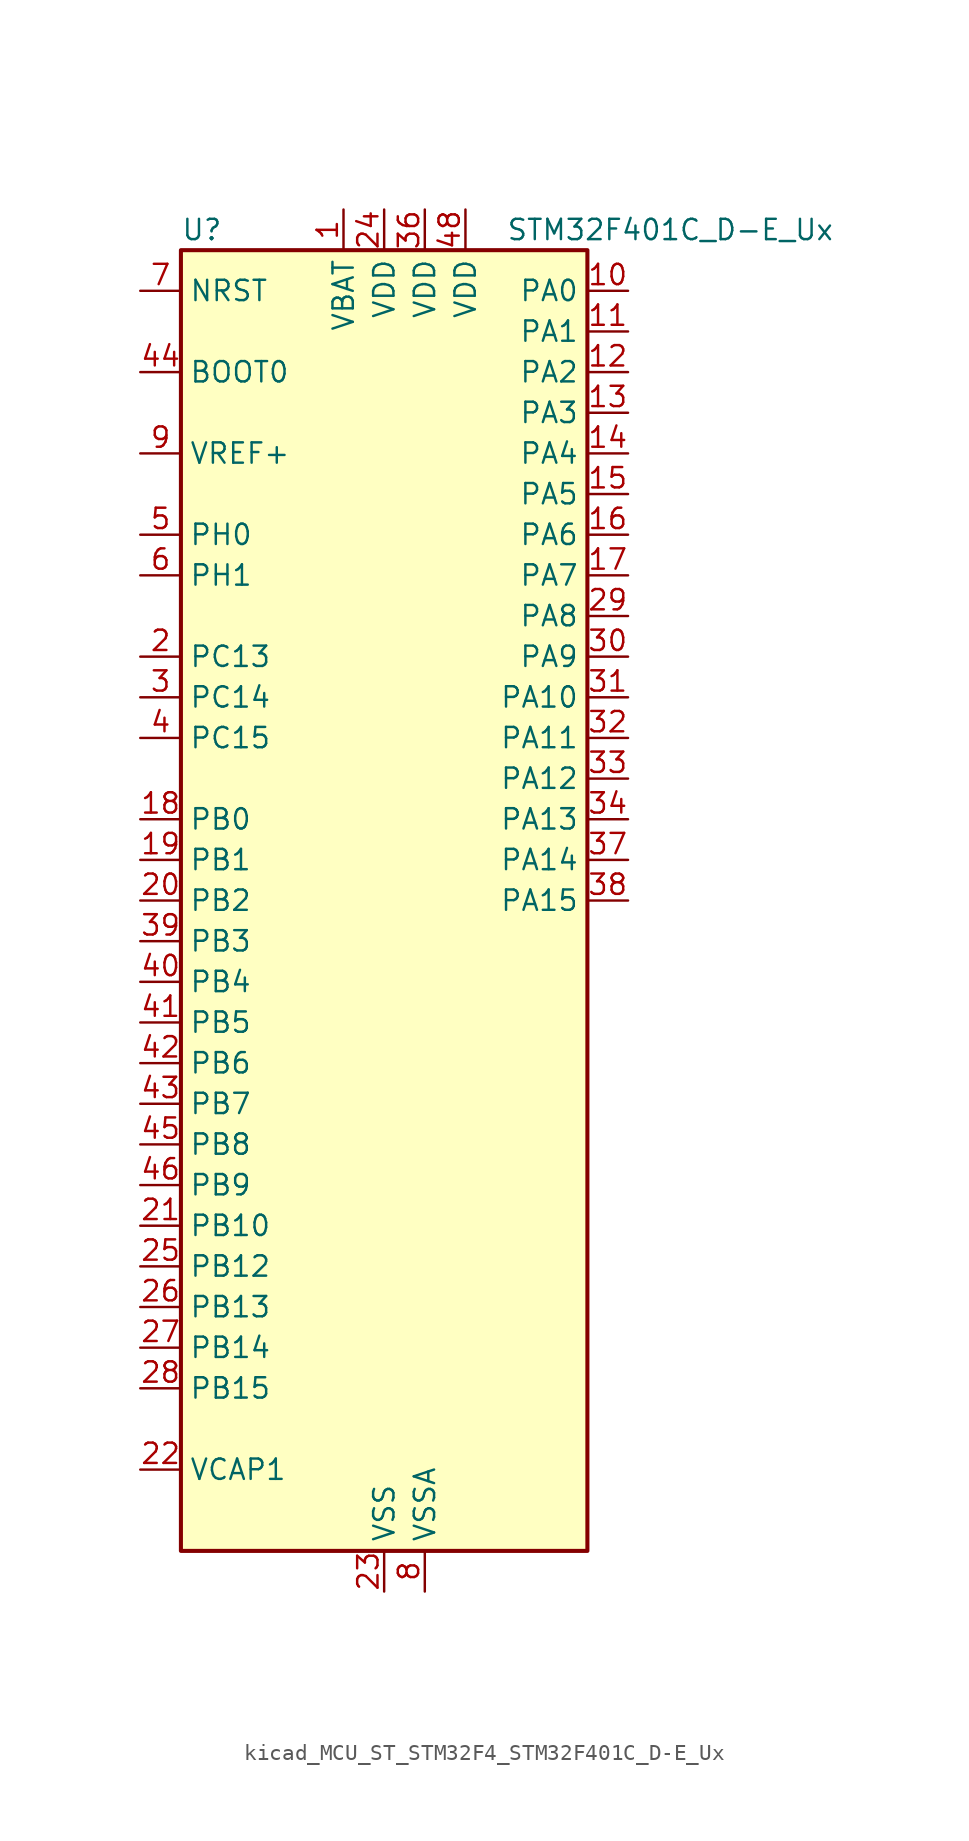
<source format=kicad_sym>
(kicad_symbol_lib
  (version 20220914)
  (generator kicad_symbol_editor)
  (symbol "kicad_MCU_ST_STM32F4_STM32F401C_D-E_Ux"
    (property "Reference" "U"
      (at -12.7 41.91 0)
      (effects (font (size 1.27 1.27)) (justify left)))
    (property "Value" "STM32F401C_D-E_Ux"
      (at 7.62 41.91 0)
      (effects (font (size 1.27 1.27)) (justify left)))
    (property "ki_locked" ""
      (at 0 0 0)
      (effects (font (size 1.27 1.27))))
    (symbol "kicad_MCU_ST_STM32F4_STM32F401C_D-E_Ux_0_1"
      (rectangle (start -12.7 -40.64) (end 12.7 40.64) (stroke (width 0.254) (type default)) (fill (type background))))
    (symbol "kicad_MCU_ST_STM32F4_STM32F401C_D-E_Ux_1_1"
      (pin power_in line (at -2.54 43.18 270) (length 2.54) (name "VBAT" (effects (font (size 1.27 1.27)))) (number "1" (effects (font (size 1.27 1.27)))))
      (pin bidirectional line (at 15.24 38.1 180) (length 2.54) (name "PA0" (effects (font (size 1.27 1.27)))) (number "10" (effects (font (size 1.27 1.27)))) (alternate "ADC1_IN0" bidirectional line) (alternate "SYS_WKUP" bidirectional line) (alternate "TIM2_CH1" bidirectional line) (alternate "TIM2_ETR" bidirectional line) (alternate "TIM5_CH1" bidirectional line) (alternate "USART2_CTS" bidirectional line))
      (pin bidirectional line (at 15.24 35.56 180) (length 2.54) (name "PA1" (effects (font (size 1.27 1.27)))) (number "11" (effects (font (size 1.27 1.27)))) (alternate "ADC1_IN1" bidirectional line) (alternate "TIM2_CH2" bidirectional line) (alternate "TIM5_CH2" bidirectional line) (alternate "USART2_RTS" bidirectional line))
      (pin bidirectional line (at 15.24 33.02 180) (length 2.54) (name "PA2" (effects (font (size 1.27 1.27)))) (number "12" (effects (font (size 1.27 1.27)))) (alternate "ADC1_IN2" bidirectional line) (alternate "TIM2_CH3" bidirectional line) (alternate "TIM5_CH3" bidirectional line) (alternate "TIM9_CH1" bidirectional line) (alternate "USART2_TX" bidirectional line))
      (pin bidirectional line (at 15.24 30.48 180) (length 2.54) (name "PA3" (effects (font (size 1.27 1.27)))) (number "13" (effects (font (size 1.27 1.27)))) (alternate "ADC1_IN3" bidirectional line) (alternate "TIM2_CH4" bidirectional line) (alternate "TIM5_CH4" bidirectional line) (alternate "TIM9_CH2" bidirectional line) (alternate "USART2_RX" bidirectional line))
      (pin bidirectional line (at 15.24 27.94 180) (length 2.54) (name "PA4" (effects (font (size 1.27 1.27)))) (number "14" (effects (font (size 1.27 1.27)))) (alternate "ADC1_IN4" bidirectional line) (alternate "I2S3_WS" bidirectional line) (alternate "SPI1_NSS" bidirectional line) (alternate "SPI3_NSS" bidirectional line) (alternate "USART2_CK" bidirectional line))
      (pin bidirectional line (at 15.24 25.4 180) (length 2.54) (name "PA5" (effects (font (size 1.27 1.27)))) (number "15" (effects (font (size 1.27 1.27)))) (alternate "ADC1_IN5" bidirectional line) (alternate "SPI1_SCK" bidirectional line) (alternate "TIM2_CH1" bidirectional line) (alternate "TIM2_ETR" bidirectional line))
      (pin bidirectional line (at 15.24 22.86 180) (length 2.54) (name "PA6" (effects (font (size 1.27 1.27)))) (number "16" (effects (font (size 1.27 1.27)))) (alternate "ADC1_IN6" bidirectional line) (alternate "SPI1_MISO" bidirectional line) (alternate "TIM1_BKIN" bidirectional line) (alternate "TIM3_CH1" bidirectional line))
      (pin bidirectional line (at 15.24 20.32 180) (length 2.54) (name "PA7" (effects (font (size 1.27 1.27)))) (number "17" (effects (font (size 1.27 1.27)))) (alternate "ADC1_IN7" bidirectional line) (alternate "SPI1_MOSI" bidirectional line) (alternate "TIM1_CH1N" bidirectional line) (alternate "TIM3_CH2" bidirectional line))
      (pin bidirectional line (at -15.24 5.08 0) (length 2.54) (name "PB0" (effects (font (size 1.27 1.27)))) (number "18" (effects (font (size 1.27 1.27)))) (alternate "ADC1_IN8" bidirectional line) (alternate "TIM1_CH2N" bidirectional line) (alternate "TIM3_CH3" bidirectional line))
      (pin bidirectional line (at -15.24 2.54 0) (length 2.54) (name "PB1" (effects (font (size 1.27 1.27)))) (number "19" (effects (font (size 1.27 1.27)))) (alternate "ADC1_IN9" bidirectional line) (alternate "TIM1_CH3N" bidirectional line) (alternate "TIM3_CH4" bidirectional line))
      (pin bidirectional line (at -15.24 15.24 0) (length 2.54) (name "PC13" (effects (font (size 1.27 1.27)))) (number "2" (effects (font (size 1.27 1.27)))) (alternate "RTC_AF1" bidirectional line))
      (pin bidirectional line (at -15.24 0 0) (length 2.54) (name "PB2" (effects (font (size 1.27 1.27)))) (number "20" (effects (font (size 1.27 1.27)))))
      (pin bidirectional line (at -15.24 -20.32 0) (length 2.54) (name "PB10" (effects (font (size 1.27 1.27)))) (number "21" (effects (font (size 1.27 1.27)))) (alternate "I2C2_SCL" bidirectional line) (alternate "I2S2_CK" bidirectional line) (alternate "SPI2_SCK" bidirectional line) (alternate "TIM2_CH3" bidirectional line))
      (pin power_out line (at -15.24 -35.56 0) (length 2.54) (name "VCAP1" (effects (font (size 1.27 1.27)))) (number "22" (effects (font (size 1.27 1.27)))))
      (pin power_in line (at 0 -43.18 90) (length 2.54) (name "VSS" (effects (font (size 1.27 1.27)))) (number "23" (effects (font (size 1.27 1.27)))))
      (pin power_in line (at 0 43.18 270) (length 2.54) (name "VDD" (effects (font (size 1.27 1.27)))) (number "24" (effects (font (size 1.27 1.27)))))
      (pin bidirectional line (at -15.24 -22.86 0) (length 2.54) (name "PB12" (effects (font (size 1.27 1.27)))) (number "25" (effects (font (size 1.27 1.27)))) (alternate "I2C2_SMBA" bidirectional line) (alternate "I2S2_WS" bidirectional line) (alternate "SPI2_NSS" bidirectional line) (alternate "TIM1_BKIN" bidirectional line))
      (pin bidirectional line (at -15.24 -25.4 0) (length 2.54) (name "PB13" (effects (font (size 1.27 1.27)))) (number "26" (effects (font (size 1.27 1.27)))) (alternate "I2S2_CK" bidirectional line) (alternate "SPI2_SCK" bidirectional line) (alternate "TIM1_CH1N" bidirectional line))
      (pin bidirectional line (at -15.24 -27.94 0) (length 2.54) (name "PB14" (effects (font (size 1.27 1.27)))) (number "27" (effects (font (size 1.27 1.27)))) (alternate "I2S2_ext_SD" bidirectional line) (alternate "SPI2_MISO" bidirectional line) (alternate "TIM1_CH2N" bidirectional line))
      (pin bidirectional line (at -15.24 -30.48 0) (length 2.54) (name "PB15" (effects (font (size 1.27 1.27)))) (number "28" (effects (font (size 1.27 1.27)))) (alternate "ADC1_EXTI15" bidirectional line) (alternate "I2S2_SD" bidirectional line) (alternate "RTC_REFIN" bidirectional line) (alternate "SPI2_MOSI" bidirectional line) (alternate "TIM1_CH3N" bidirectional line))
      (pin bidirectional line (at 15.24 17.78 180) (length 2.54) (name "PA8" (effects (font (size 1.27 1.27)))) (number "29" (effects (font (size 1.27 1.27)))) (alternate "I2C3_SCL" bidirectional line) (alternate "RCC_MCO_1" bidirectional line) (alternate "TIM1_CH1" bidirectional line) (alternate "USART1_CK" bidirectional line) (alternate "USB_OTG_FS_SOF" bidirectional line))
      (pin bidirectional line (at -15.24 12.7 0) (length 2.54) (name "PC14" (effects (font (size 1.27 1.27)))) (number "3" (effects (font (size 1.27 1.27)))) (alternate "RCC_OSC32_IN" bidirectional line))
      (pin bidirectional line (at 15.24 15.24 180) (length 2.54) (name "PA9" (effects (font (size 1.27 1.27)))) (number "30" (effects (font (size 1.27 1.27)))) (alternate "I2C3_SMBA" bidirectional line) (alternate "TIM1_CH2" bidirectional line) (alternate "USART1_TX" bidirectional line) (alternate "USB_OTG_FS_VBUS" bidirectional line))
      (pin bidirectional line (at 15.24 12.7 180) (length 2.54) (name "PA10" (effects (font (size 1.27 1.27)))) (number "31" (effects (font (size 1.27 1.27)))) (alternate "TIM1_CH3" bidirectional line) (alternate "USART1_RX" bidirectional line) (alternate "USB_OTG_FS_ID" bidirectional line))
      (pin bidirectional line (at 15.24 10.16 180) (length 2.54) (name "PA11" (effects (font (size 1.27 1.27)))) (number "32" (effects (font (size 1.27 1.27)))) (alternate "ADC1_EXTI11" bidirectional line) (alternate "TIM1_CH4" bidirectional line) (alternate "USART1_CTS" bidirectional line) (alternate "USART6_TX" bidirectional line) (alternate "USB_OTG_FS_DM" bidirectional line))
      (pin bidirectional line (at 15.24 7.62 180) (length 2.54) (name "PA12" (effects (font (size 1.27 1.27)))) (number "33" (effects (font (size 1.27 1.27)))) (alternate "TIM1_ETR" bidirectional line) (alternate "USART1_RTS" bidirectional line) (alternate "USART6_RX" bidirectional line) (alternate "USB_OTG_FS_DP" bidirectional line))
      (pin bidirectional line (at 15.24 5.08 180) (length 2.54) (name "PA13" (effects (font (size 1.27 1.27)))) (number "34" (effects (font (size 1.27 1.27)))) (alternate "SYS_JTMS-SWDIO" bidirectional line))
      (pin passive line (at 0 -43.18 90) (length 2.54) hide (name "VSS" (effects (font (size 1.27 1.27)))) (number "35" (effects (font (size 1.27 1.27)))))
      (pin power_in line (at 2.54 43.18 270) (length 2.54) (name "VDD" (effects (font (size 1.27 1.27)))) (number "36" (effects (font (size 1.27 1.27)))))
      (pin bidirectional line (at 15.24 2.54 180) (length 2.54) (name "PA14" (effects (font (size 1.27 1.27)))) (number "37" (effects (font (size 1.27 1.27)))) (alternate "SYS_JTCK-SWCLK" bidirectional line))
      (pin bidirectional line (at 15.24 0 180) (length 2.54) (name "PA15" (effects (font (size 1.27 1.27)))) (number "38" (effects (font (size 1.27 1.27)))) (alternate "ADC1_EXTI15" bidirectional line) (alternate "I2S3_WS" bidirectional line) (alternate "SPI1_NSS" bidirectional line) (alternate "SPI3_NSS" bidirectional line) (alternate "SYS_JTDI" bidirectional line) (alternate "TIM2_CH1" bidirectional line) (alternate "TIM2_ETR" bidirectional line))
      (pin bidirectional line (at -15.24 -2.54 0) (length 2.54) (name "PB3" (effects (font (size 1.27 1.27)))) (number "39" (effects (font (size 1.27 1.27)))) (alternate "I2C2_SDA" bidirectional line) (alternate "I2S3_CK" bidirectional line) (alternate "SPI1_SCK" bidirectional line) (alternate "SPI3_SCK" bidirectional line) (alternate "SYS_JTDO-SWO" bidirectional line) (alternate "TIM2_CH2" bidirectional line))
      (pin bidirectional line (at -15.24 10.16 0) (length 2.54) (name "PC15" (effects (font (size 1.27 1.27)))) (number "4" (effects (font (size 1.27 1.27)))) (alternate "ADC1_EXTI15" bidirectional line) (alternate "RCC_OSC32_OUT" bidirectional line))
      (pin bidirectional line (at -15.24 -5.08 0) (length 2.54) (name "PB4" (effects (font (size 1.27 1.27)))) (number "40" (effects (font (size 1.27 1.27)))) (alternate "I2C3_SDA" bidirectional line) (alternate "I2S3_ext_SD" bidirectional line) (alternate "SPI1_MISO" bidirectional line) (alternate "SPI3_MISO" bidirectional line) (alternate "SYS_JTRST" bidirectional line) (alternate "TIM3_CH1" bidirectional line))
      (pin bidirectional line (at -15.24 -7.62 0) (length 2.54) (name "PB5" (effects (font (size 1.27 1.27)))) (number "41" (effects (font (size 1.27 1.27)))) (alternate "I2C1_SMBA" bidirectional line) (alternate "I2S3_SD" bidirectional line) (alternate "SPI1_MOSI" bidirectional line) (alternate "SPI3_MOSI" bidirectional line) (alternate "TIM3_CH2" bidirectional line))
      (pin bidirectional line (at -15.24 -10.16 0) (length 2.54) (name "PB6" (effects (font (size 1.27 1.27)))) (number "42" (effects (font (size 1.27 1.27)))) (alternate "I2C1_SCL" bidirectional line) (alternate "TIM4_CH1" bidirectional line) (alternate "USART1_TX" bidirectional line))
      (pin bidirectional line (at -15.24 -12.7 0) (length 2.54) (name "PB7" (effects (font (size 1.27 1.27)))) (number "43" (effects (font (size 1.27 1.27)))) (alternate "I2C1_SDA" bidirectional line) (alternate "TIM4_CH2" bidirectional line) (alternate "USART1_RX" bidirectional line))
      (pin input line (at -15.24 33.02 0) (length 2.54) (name "BOOT0" (effects (font (size 1.27 1.27)))) (number "44" (effects (font (size 1.27 1.27)))))
      (pin bidirectional line (at -15.24 -15.24 0) (length 2.54) (name "PB8" (effects (font (size 1.27 1.27)))) (number "45" (effects (font (size 1.27 1.27)))) (alternate "I2C1_SCL" bidirectional line) (alternate "TIM10_CH1" bidirectional line) (alternate "TIM4_CH3" bidirectional line))
      (pin bidirectional line (at -15.24 -17.78 0) (length 2.54) (name "PB9" (effects (font (size 1.27 1.27)))) (number "46" (effects (font (size 1.27 1.27)))) (alternate "I2C1_SDA" bidirectional line) (alternate "I2S2_WS" bidirectional line) (alternate "SPI2_NSS" bidirectional line) (alternate "TIM11_CH1" bidirectional line) (alternate "TIM4_CH4" bidirectional line))
      (pin passive line (at 0 -43.18 90) (length 2.54) hide (name "VSS" (effects (font (size 1.27 1.27)))) (number "47" (effects (font (size 1.27 1.27)))))
      (pin power_in line (at 5.08 43.18 270) (length 2.54) (name "VDD" (effects (font (size 1.27 1.27)))) (number "48" (effects (font (size 1.27 1.27)))))
      (pin passive line (at 0 -43.18 90) (length 2.54) hide (name "VSS" (effects (font (size 1.27 1.27)))) (number "49" (effects (font (size 1.27 1.27)))))
      (pin bidirectional line (at -15.24 22.86 0) (length 2.54) (name "PH0" (effects (font (size 1.27 1.27)))) (number "5" (effects (font (size 1.27 1.27)))) (alternate "RCC_OSC_IN" bidirectional line))
      (pin bidirectional line (at -15.24 20.32 0) (length 2.54) (name "PH1" (effects (font (size 1.27 1.27)))) (number "6" (effects (font (size 1.27 1.27)))) (alternate "RCC_OSC_OUT" bidirectional line))
      (pin input line (at -15.24 38.1 0) (length 2.54) (name "NRST" (effects (font (size 1.27 1.27)))) (number "7" (effects (font (size 1.27 1.27)))))
      (pin power_in line (at 2.54 -43.18 90) (length 2.54) (name "VSSA" (effects (font (size 1.27 1.27)))) (number "8" (effects (font (size 1.27 1.27)))))
      (pin input line (at -15.24 27.94 0) (length 2.54) (name "VREF+" (effects (font (size 1.27 1.27)))) (number "9" (effects (font (size 1.27 1.27))))))))
</source>
